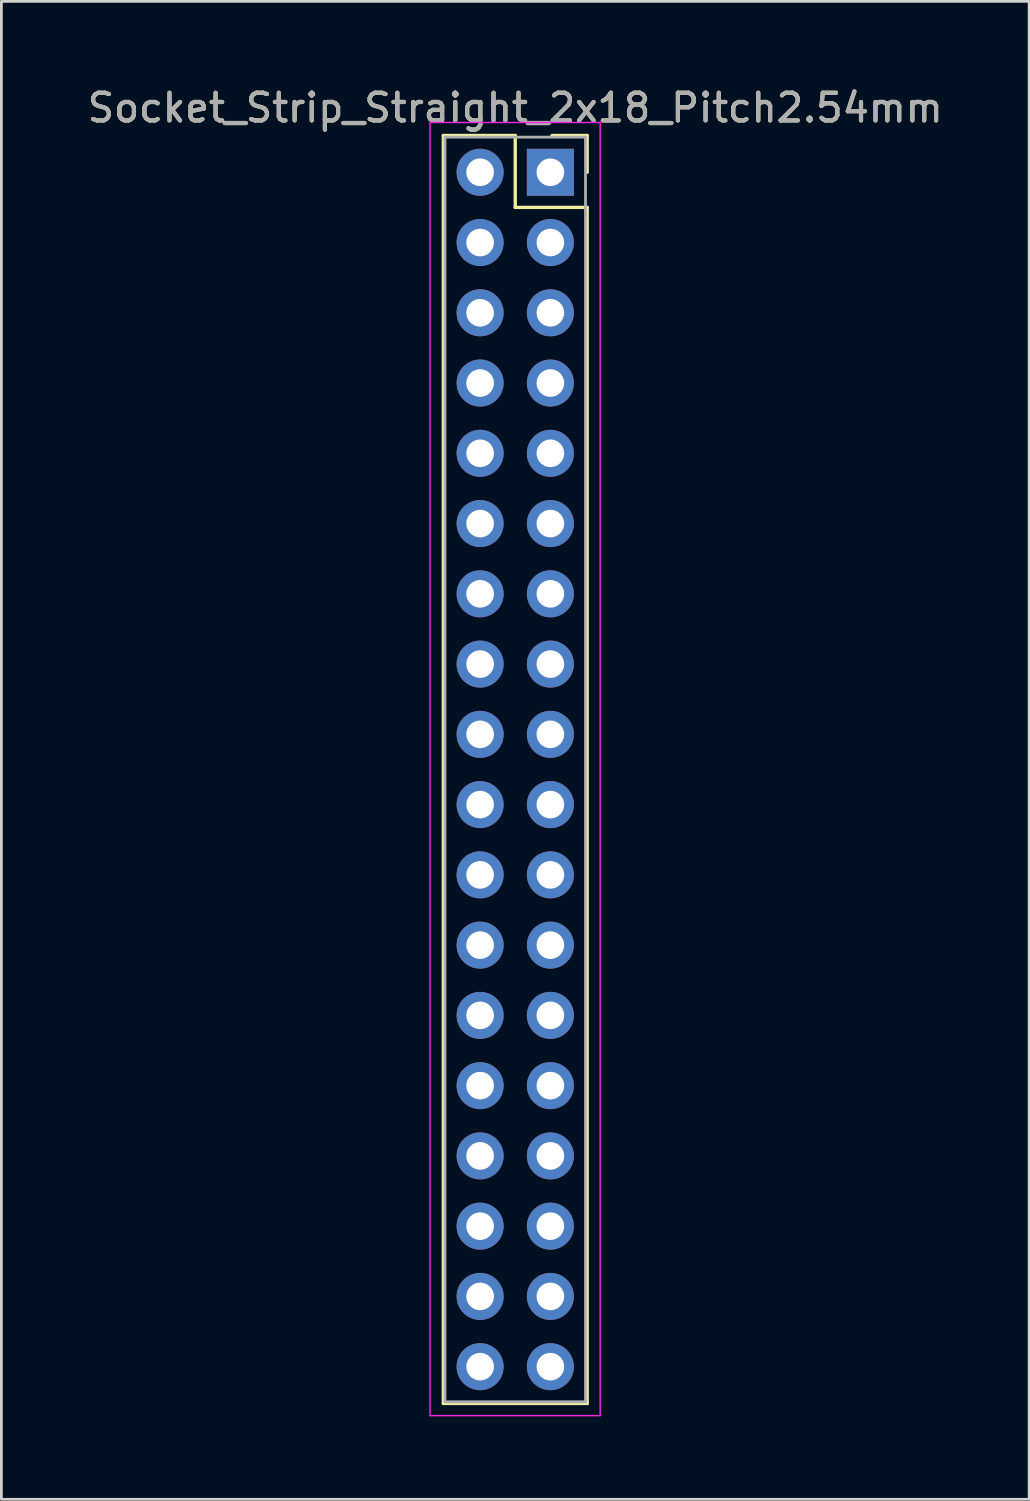
<source format=kicad_pcb>
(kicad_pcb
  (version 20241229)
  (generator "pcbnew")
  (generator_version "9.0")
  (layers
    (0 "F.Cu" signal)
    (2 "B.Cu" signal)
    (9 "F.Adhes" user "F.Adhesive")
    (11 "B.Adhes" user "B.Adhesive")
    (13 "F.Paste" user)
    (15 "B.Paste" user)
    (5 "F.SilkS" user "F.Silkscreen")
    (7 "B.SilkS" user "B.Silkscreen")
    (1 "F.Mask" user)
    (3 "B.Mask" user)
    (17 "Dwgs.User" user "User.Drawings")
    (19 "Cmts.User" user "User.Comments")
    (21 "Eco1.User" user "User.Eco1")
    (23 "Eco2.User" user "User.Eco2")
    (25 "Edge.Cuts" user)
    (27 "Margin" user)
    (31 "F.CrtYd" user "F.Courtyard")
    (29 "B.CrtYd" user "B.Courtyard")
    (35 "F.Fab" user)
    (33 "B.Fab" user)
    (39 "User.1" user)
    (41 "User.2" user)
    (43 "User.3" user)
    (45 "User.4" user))
  (footprint "Socket_Strip_Straight_2x18_Pitch2.54mm"
    (layer "F.Cu")
    (at 16.847 3.178)
    (property "Reference" "Socket_Strip_Straight_2x18_Pitch2.54mm" (at -1.27 -2.33 0) (layer "F.SilkS") (effects (font (size 1 1) (thickness 0.15))))
    (attr through_hole)
    (fp_line (start -3.87 -1.33) (end -1.27 -1.33) (stroke (width 0.12) (type solid)) (layer "F.SilkS"))
    (fp_line (start -3.87 44.51) (end -3.87 -1.33) (stroke (width 0.12) (type solid)) (layer "F.SilkS"))
    (fp_line (start -1.27 -1.33) (end -1.27 1.27) (stroke (width 0.12) (type solid)) (layer "F.SilkS"))
    (fp_line (start -1.27 1.27) (end 1.33 1.27) (stroke (width 0.12) (type solid)) (layer "F.SilkS"))
    (fp_line (start 1.33 -1.33) (end 0.06 -1.33) (stroke (width 0.12) (type solid)) (layer "F.SilkS"))
    (fp_line (start 1.33 0) (end 1.33 -1.33) (stroke (width 0.12) (type solid)) (layer "F.SilkS"))
    (fp_line (start 1.33 1.27) (end 1.33 44.51) (stroke (width 0.12) (type solid)) (layer "F.SilkS"))
    (fp_line (start 1.33 44.51) (end -3.87 44.51) (stroke (width 0.12) (type solid)) (layer "F.SilkS"))
    (fp_line (start -4.35 -1.8) (end -4.35 44.95) (stroke (width 0.05) (type solid)) (layer "F.CrtYd"))
    (fp_line (start -4.35 44.95) (end 1.8 44.95) (stroke (width 0.05) (type solid)) (layer "F.CrtYd"))
    (fp_line (start 1.8 -1.8) (end -4.35 -1.8) (stroke (width 0.05) (type solid)) (layer "F.CrtYd"))
    (fp_line (start 1.8 44.95) (end 1.8 -1.8) (stroke (width 0.05) (type solid)) (layer "F.CrtYd"))
    (fp_line (start -3.81 -1.27) (end -3.81 44.45) (stroke (width 0.1) (type solid)) (layer "F.Fab"))
    (fp_line (start -3.81 44.45) (end 1.27 44.45) (stroke (width 0.1) (type solid)) (layer "F.Fab"))
    (fp_line (start 1.27 -1.27) (end -3.81 -1.27) (stroke (width 0.1) (type solid)) (layer "F.Fab"))
    (fp_line (start 1.27 44.45) (end 1.27 -1.27) (stroke (width 0.1) (type solid)) (layer "F.Fab"))
    (fp_text user "${REFERENCE}" (at -1.27 -2.33 0) (layer "F.Fab") (effects (font (size 1 1) (thickness 0.15))))
    (pad "1" thru_hole rect (at 0 0) (size 1.7 1.7) (drill 1) (layers "*.Cu" "*.Mask"))
    (pad "2" thru_hole oval (at -2.54 0) (size 1.7 1.7) (drill 1) (layers "*.Cu" "*.Mask"))
    (pad "3" thru_hole oval (at 0 2.54) (size 1.7 1.7) (drill 1) (layers "*.Cu" "*.Mask"))
    (pad "4" thru_hole oval (at -2.54 2.54) (size 1.7 1.7) (drill 1) (layers "*.Cu" "*.Mask"))
    (pad "5" thru_hole oval (at 0 5.08) (size 1.7 1.7) (drill 1) (layers "*.Cu" "*.Mask"))
    (pad "6" thru_hole oval (at -2.54 5.08) (size 1.7 1.7) (drill 1) (layers "*.Cu" "*.Mask"))
    (pad "7" thru_hole oval (at 0 7.62) (size 1.7 1.7) (drill 1) (layers "*.Cu" "*.Mask"))
    (pad "8" thru_hole oval (at -2.54 7.62) (size 1.7 1.7) (drill 1) (layers "*.Cu" "*.Mask"))
    (pad "9" thru_hole oval (at 0 10.16) (size 1.7 1.7) (drill 1) (layers "*.Cu" "*.Mask"))
    (pad "10" thru_hole oval (at -2.54 10.16) (size 1.7 1.7) (drill 1) (layers "*.Cu" "*.Mask"))
    (pad "11" thru_hole oval (at 0 12.7) (size 1.7 1.7) (drill 1) (layers "*.Cu" "*.Mask"))
    (pad "12" thru_hole oval (at -2.54 12.7) (size 1.7 1.7) (drill 1) (layers "*.Cu" "*.Mask"))
    (pad "13" thru_hole oval (at 0 15.24) (size 1.7 1.7) (drill 1) (layers "*.Cu" "*.Mask"))
    (pad "14" thru_hole oval (at -2.54 15.24) (size 1.7 1.7) (drill 1) (layers "*.Cu" "*.Mask"))
    (pad "15" thru_hole oval (at 0 17.78) (size 1.7 1.7) (drill 1) (layers "*.Cu" "*.Mask"))
    (pad "16" thru_hole oval (at -2.54 17.78) (size 1.7 1.7) (drill 1) (layers "*.Cu" "*.Mask"))
    (pad "17" thru_hole oval (at 0 20.32) (size 1.7 1.7) (drill 1) (layers "*.Cu" "*.Mask"))
    (pad "18" thru_hole oval (at -2.54 20.32) (size 1.7 1.7) (drill 1) (layers "*.Cu" "*.Mask"))
    (pad "19" thru_hole oval (at 0 22.86) (size 1.7 1.7) (drill 1) (layers "*.Cu" "*.Mask"))
    (pad "20" thru_hole oval (at -2.54 22.86) (size 1.7 1.7) (drill 1) (layers "*.Cu" "*.Mask"))
    (pad "21" thru_hole oval (at 0 25.4) (size 1.7 1.7) (drill 1) (layers "*.Cu" "*.Mask"))
    (pad "22" thru_hole oval (at -2.54 25.4) (size 1.7 1.7) (drill 1) (layers "*.Cu" "*.Mask"))
    (pad "23" thru_hole oval (at 0 27.94) (size 1.7 1.7) (drill 1) (layers "*.Cu" "*.Mask"))
    (pad "24" thru_hole oval (at -2.54 27.94) (size 1.7 1.7) (drill 1) (layers "*.Cu" "*.Mask"))
    (pad "25" thru_hole oval (at 0 30.48) (size 1.7 1.7) (drill 1) (layers "*.Cu" "*.Mask"))
    (pad "26" thru_hole oval (at -2.54 30.48) (size 1.7 1.7) (drill 1) (layers "*.Cu" "*.Mask"))
    (pad "27" thru_hole oval (at 0 33.02) (size 1.7 1.7) (drill 1) (layers "*.Cu" "*.Mask"))
    (pad "28" thru_hole oval (at -2.54 33.02) (size 1.7 1.7) (drill 1) (layers "*.Cu" "*.Mask"))
    (pad "29" thru_hole oval (at 0 35.56) (size 1.7 1.7) (drill 1) (layers "*.Cu" "*.Mask"))
    (pad "30" thru_hole oval (at -2.54 35.56) (size 1.7 1.7) (drill 1) (layers "*.Cu" "*.Mask"))
    (pad "31" thru_hole oval (at 0 38.1) (size 1.7 1.7) (drill 1) (layers "*.Cu" "*.Mask"))
    (pad "32" thru_hole oval (at -2.54 38.1) (size 1.7 1.7) (drill 1) (layers "*.Cu" "*.Mask"))
    (pad "33" thru_hole oval (at 0 40.64) (size 1.7 1.7) (drill 1) (layers "*.Cu" "*.Mask"))
    (pad "34" thru_hole oval (at -2.54 40.64) (size 1.7 1.7) (drill 1) (layers "*.Cu" "*.Mask"))
    (pad "35" thru_hole oval (at 0 43.18) (size 1.7 1.7) (drill 1) (layers "*.Cu" "*.Mask"))
    (pad "36" thru_hole oval (at -2.54 43.18) (size 1.7 1.7) (drill 1) (layers "*.Cu" "*.Mask")))
  (gr_rect
    (start -3 -3)
    (end 34.155 51.153)
    (stroke (width 0.1) (type default))
    (fill no)
    (layer "Edge.Cuts")))
</source>
